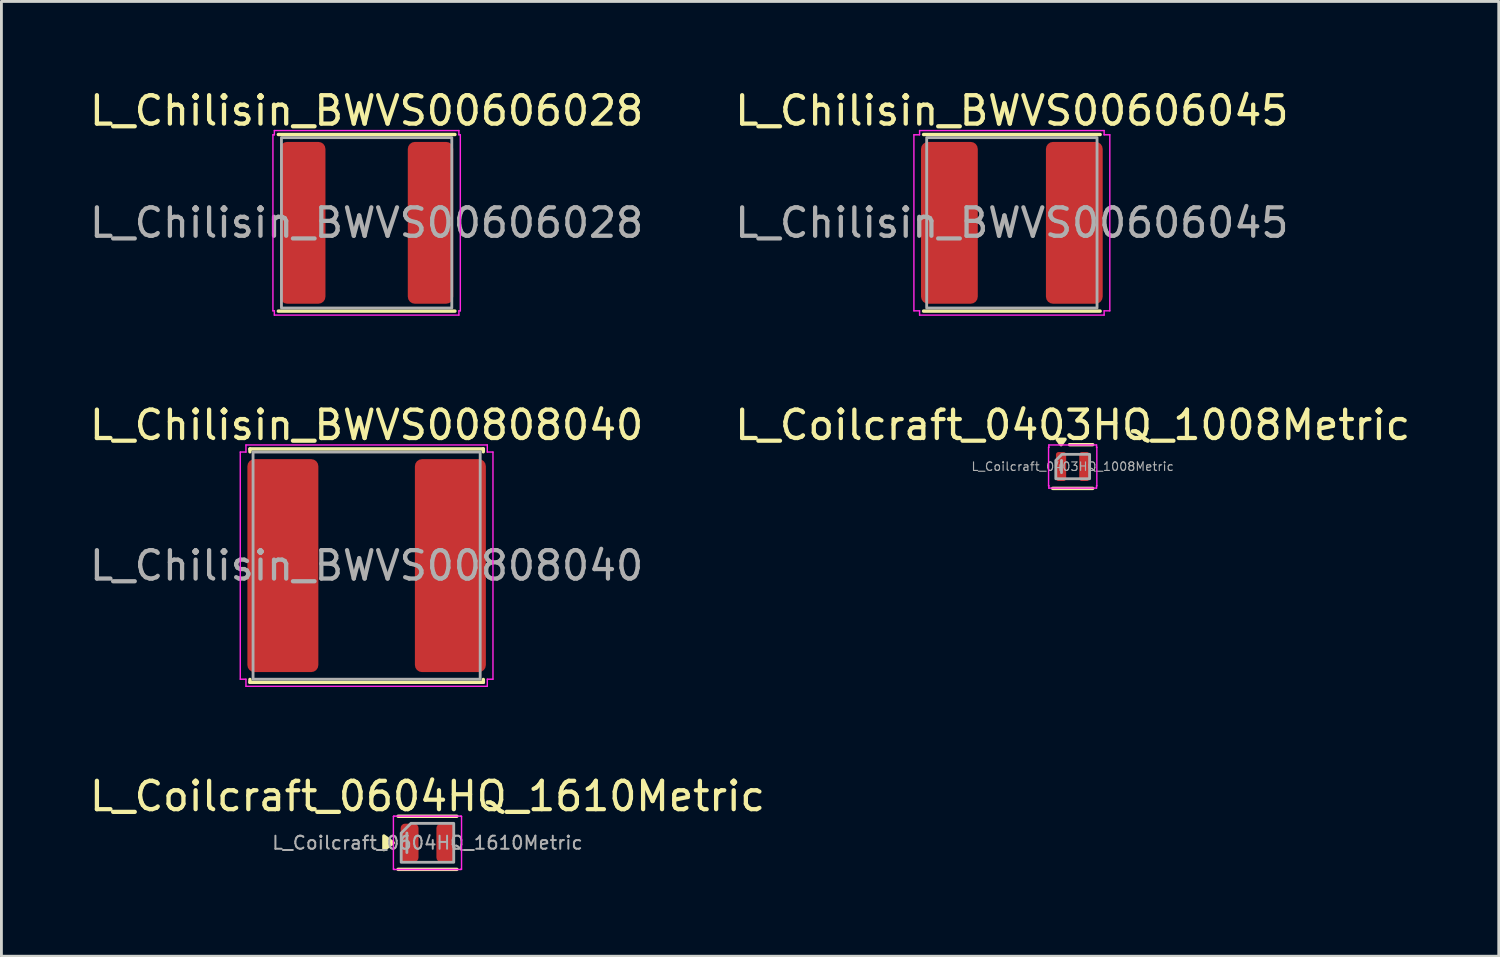
<source format=kicad_pcb>
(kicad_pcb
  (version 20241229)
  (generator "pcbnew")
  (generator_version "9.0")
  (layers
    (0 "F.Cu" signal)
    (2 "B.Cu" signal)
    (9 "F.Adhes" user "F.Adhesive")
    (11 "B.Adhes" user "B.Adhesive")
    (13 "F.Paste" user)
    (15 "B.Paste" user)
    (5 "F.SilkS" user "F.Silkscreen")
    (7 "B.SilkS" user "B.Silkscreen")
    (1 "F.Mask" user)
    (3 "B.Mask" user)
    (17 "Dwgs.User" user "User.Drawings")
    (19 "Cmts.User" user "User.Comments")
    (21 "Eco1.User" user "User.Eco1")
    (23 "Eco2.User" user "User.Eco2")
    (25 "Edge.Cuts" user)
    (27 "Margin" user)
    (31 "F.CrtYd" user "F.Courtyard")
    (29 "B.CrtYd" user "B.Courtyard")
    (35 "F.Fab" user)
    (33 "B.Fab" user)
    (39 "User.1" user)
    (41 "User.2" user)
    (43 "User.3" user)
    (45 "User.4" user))
  (footprint "L_Chilisin_BWVS00808040"
    (layer "F.Cu")
    (at 9.863 16.872)
    (property "Reference" "L_Chilisin_BWVS00808040" (at 0 -4.95 0) (layer "F.SilkS") (effects (font (size 1 1) (thickness 0.15))))
    (attr smd)
    (fp_line (start -4.11 -4.11) (end 4.11 -4.11) (stroke (width 0.12) (type solid)) (layer "F.SilkS"))
    (fp_line (start -4.11 -4.01) (end -4.11 -4.11) (stroke (width 0.12) (type solid)) (layer "F.SilkS"))
    (fp_line (start -4.11 4.11) (end -4.11 4.01) (stroke (width 0.12) (type solid)) (layer "F.SilkS"))
    (fp_line (start 4.11 -4.11) (end 4.11 -4.01) (stroke (width 0.12) (type solid)) (layer "F.SilkS"))
    (fp_line (start 4.11 4.01) (end 4.11 4.11) (stroke (width 0.12) (type solid)) (layer "F.SilkS"))
    (fp_line (start 4.11 4.11) (end -4.11 4.11) (stroke (width 0.12) (type solid)) (layer "F.SilkS"))
    (fp_line (start -4.45 -4) (end -4.25 -4) (stroke (width 0.05) (type solid)) (layer "F.CrtYd"))
    (fp_line (start -4.45 4) (end -4.45 -4) (stroke (width 0.05) (type solid)) (layer "F.CrtYd"))
    (fp_line (start -4.25 -4.25) (end 4.25 -4.25) (stroke (width 0.05) (type solid)) (layer "F.CrtYd"))
    (fp_line (start -4.25 -4) (end -4.25 -4.25) (stroke (width 0.05) (type solid)) (layer "F.CrtYd"))
    (fp_line (start -4.25 4) (end -4.45 4) (stroke (width 0.05) (type solid)) (layer "F.CrtYd"))
    (fp_line (start -4.25 4.25) (end -4.25 4) (stroke (width 0.05) (type solid)) (layer "F.CrtYd"))
    (fp_line (start 4.25 -4.25) (end 4.25 -4) (stroke (width 0.05) (type solid)) (layer "F.CrtYd"))
    (fp_line (start 4.25 -4) (end 4.45 -4) (stroke (width 0.05) (type solid)) (layer "F.CrtYd"))
    (fp_line (start 4.25 4) (end 4.25 4.25) (stroke (width 0.05) (type solid)) (layer "F.CrtYd"))
    (fp_line (start 4.25 4.25) (end -4.25 4.25) (stroke (width 0.05) (type solid)) (layer "F.CrtYd"))
    (fp_line (start 4.45 -4) (end 4.45 4) (stroke (width 0.05) (type solid)) (layer "F.CrtYd"))
    (fp_line (start 4.45 4) (end 4.25 4) (stroke (width 0.05) (type solid)) (layer "F.CrtYd"))
    (fp_rect (start -4 -4) (end 4 4) (stroke (width 0.1) (type solid)) (fill no) (layer "F.Fab"))
    (fp_text user "${REFERENCE}" (at 0 0 0) (layer "F.Fab") (effects (font (size 1 1) (thickness 0.15))))
    (pad "1" smd roundrect (at -2.95 0) (size 2.5 7.5) (layers "F.Cu" "F.Mask" "F.Paste") (roundrect_rratio 0.1))
    (pad "2" smd roundrect (at 2.95 0) (size 2.5 7.5) (layers "F.Cu" "F.Mask" "F.Paste") (roundrect_rratio 0.1)))
  (footprint "L_Chilisin_BWVS00606045"
    (layer "F.Cu")
    (at 32.589 4.798)
    (property "Reference" "L_Chilisin_BWVS00606045" (at 0 -3.95 0) (layer "F.SilkS") (effects (font (size 1 1) (thickness 0.15))))
    (attr smd)
    (fp_line (start -3.11 -3.11) (end 3.11 -3.11) (stroke (width 0.12) (type solid)) (layer "F.SilkS"))
    (fp_line (start 3.11 3.11) (end -3.11 3.11) (stroke (width 0.12) (type solid)) (layer "F.SilkS"))
    (fp_line (start -3.45 -3.1) (end -3.25 -3.1) (stroke (width 0.05) (type solid)) (layer "F.CrtYd"))
    (fp_line (start -3.45 3.1) (end -3.45 -3.1) (stroke (width 0.05) (type solid)) (layer "F.CrtYd"))
    (fp_line (start -3.25 -3.25) (end 3.25 -3.25) (stroke (width 0.05) (type solid)) (layer "F.CrtYd"))
    (fp_line (start -3.25 -3.1) (end -3.25 -3.25) (stroke (width 0.05) (type solid)) (layer "F.CrtYd"))
    (fp_line (start -3.25 3.1) (end -3.45 3.1) (stroke (width 0.05) (type solid)) (layer "F.CrtYd"))
    (fp_line (start -3.25 3.25) (end -3.25 3.1) (stroke (width 0.05) (type solid)) (layer "F.CrtYd"))
    (fp_line (start 3.25 -3.25) (end 3.25 -3.1) (stroke (width 0.05) (type solid)) (layer "F.CrtYd"))
    (fp_line (start 3.25 -3.1) (end 3.45 -3.1) (stroke (width 0.05) (type solid)) (layer "F.CrtYd"))
    (fp_line (start 3.25 3.1) (end 3.25 3.25) (stroke (width 0.05) (type solid)) (layer "F.CrtYd"))
    (fp_line (start 3.25 3.25) (end -3.25 3.25) (stroke (width 0.05) (type solid)) (layer "F.CrtYd"))
    (fp_line (start 3.45 -3.1) (end 3.45 3.1) (stroke (width 0.05) (type solid)) (layer "F.CrtYd"))
    (fp_line (start 3.45 3.1) (end 3.25 3.1) (stroke (width 0.05) (type solid)) (layer "F.CrtYd"))
    (fp_rect (start -3 -3) (end 3 3) (stroke (width 0.1) (type solid)) (fill no) (layer "F.Fab"))
    (fp_text user "${REFERENCE}" (at 0 0 0) (layer "F.Fab") (effects (font (size 1 1) (thickness 0.15))))
    (pad "1" smd roundrect (at -2.2 0) (size 2 5.7) (layers "F.Cu" "F.Mask" "F.Paste") (roundrect_rratio 0.125))
    (pad "2" smd roundrect (at 2.2 0) (size 2 5.7) (layers "F.Cu" "F.Mask" "F.Paste") (roundrect_rratio 0.125)))
  (footprint "L_Coilcraft_0403HQ_1008Metric"
    (layer "F.Cu")
    (at 34.732 13.382)
    (property "Reference" "L_Coilcraft_0403HQ_1008Metric" (at 0 -1.46 0) (layer "F.SilkS") (effects (font (size 1 1) (thickness 0.15))))
    (attr smd)
    (fp_line (start -0.112 -0.77) (end 0.705 -0.77) (stroke (width 0.12) (type solid)) (layer "F.SilkS"))
    (fp_line (start 0.705 0.77) (end -0.705 0.77) (stroke (width 0.12) (type solid)) (layer "F.SilkS"))
    (fp_poly (pts (xy -0.41 -0.77) (xy -0.55 -0.96) (xy -0.27 -0.96)) (stroke (width 0.12) (type solid)) (fill yes) (layer "F.SilkS"))
    (fp_line (start -0.85 -0.68) (end -0.84 -0.68) (stroke (width 0.05) (type solid)) (layer "F.CrtYd"))
    (fp_line (start -0.85 0.68) (end -0.85 -0.68) (stroke (width 0.05) (type solid)) (layer "F.CrtYd"))
    (fp_line (start -0.84 -0.76) (end 0.84 -0.76) (stroke (width 0.05) (type solid)) (layer "F.CrtYd"))
    (fp_line (start -0.84 -0.68) (end -0.84 -0.76) (stroke (width 0.05) (type solid)) (layer "F.CrtYd"))
    (fp_line (start -0.84 0.68) (end -0.85 0.68) (stroke (width 0.05) (type solid)) (layer "F.CrtYd"))
    (fp_line (start -0.84 0.76) (end -0.84 0.68) (stroke (width 0.05) (type solid)) (layer "F.CrtYd"))
    (fp_line (start 0.84 -0.76) (end 0.84 -0.68) (stroke (width 0.05) (type solid)) (layer "F.CrtYd"))
    (fp_line (start 0.84 -0.68) (end 0.85 -0.68) (stroke (width 0.05) (type solid)) (layer "F.CrtYd"))
    (fp_line (start 0.84 0.68) (end 0.84 0.76) (stroke (width 0.05) (type solid)) (layer "F.CrtYd"))
    (fp_line (start 0.84 0.76) (end -0.84 0.76) (stroke (width 0.05) (type solid)) (layer "F.CrtYd"))
    (fp_line (start 0.85 -0.68) (end 0.85 0.68) (stroke (width 0.05) (type solid)) (layer "F.CrtYd"))
    (fp_line (start 0.85 0.68) (end 0.84 0.68) (stroke (width 0.05) (type solid)) (layer "F.CrtYd"))
    (fp_line (start -0.395 0.215) (end -0.395 -0.215) (stroke (width 0.1) (type solid)) (layer "F.Fab"))
    (fp_poly (pts (xy -0.595 -0.215) (xy -0.595 0.43) (xy 0.595 0.43) (xy 0.595 -0.43) (xy -0.38 -0.43)) (stroke (width 0.1) (type solid)) (fill no) (layer "F.Fab"))
    (fp_text user "${REFERENCE}" (at 0 0 0) (layer "F.Fab") (effects (font (size 0.3 0.3) (thickness 0.04))))
    (pad "1" smd roundrect (at -0.41 0) (size 0.36 1.02) (layers "F.Cu" "F.Mask" "F.Paste") (roundrect_rratio 0.25))
    (pad "2" smd roundrect (at 0.41 0) (size 0.36 1.02) (layers "F.Cu" "F.Mask" "F.Paste") (roundrect_rratio 0.25)))
  (footprint "L_Coilcraft_0604HQ_1610Metric"
    (layer "F.Cu")
    (at 12.006 26.635)
    (property "Reference" "L_Coilcraft_0604HQ_1610Metric" (at 0 -1.64 0) (layer "F.SilkS") (effects (font (size 1 1) (thickness 0.15))))
    (attr smd)
    (fp_line (start -1.035 -0.935) (end 1.035 -0.935) (stroke (width 0.12) (type solid)) (layer "F.SilkS"))
    (fp_line (start 1.035 0.935) (end -1.035 0.935) (stroke (width 0.12) (type solid)) (layer "F.SilkS"))
    (fp_poly (pts (xy -1.205 0) (xy -1.535 0.24) (xy -1.535 -0.24)) (stroke (width 0.12) (type solid)) (fill yes) (layer "F.SilkS"))
    (fp_line (start -1.2 -0.93) (end -1.18 -0.93) (stroke (width 0.05) (type solid)) (layer "F.CrtYd"))
    (fp_line (start -1.2 0.93) (end -1.2 -0.93) (stroke (width 0.05) (type solid)) (layer "F.CrtYd"))
    (fp_line (start -1.18 -0.94) (end 1.18 -0.94) (stroke (width 0.05) (type solid)) (layer "F.CrtYd"))
    (fp_line (start -1.18 -0.93) (end -1.18 -0.94) (stroke (width 0.05) (type solid)) (layer "F.CrtYd"))
    (fp_line (start -1.18 0.93) (end -1.2 0.93) (stroke (width 0.05) (type solid)) (layer "F.CrtYd"))
    (fp_line (start -1.18 0.94) (end -1.18 0.93) (stroke (width 0.05) (type solid)) (layer "F.CrtYd"))
    (fp_line (start 1.18 -0.94) (end 1.18 -0.93) (stroke (width 0.05) (type solid)) (layer "F.CrtYd"))
    (fp_line (start 1.18 -0.93) (end 1.2 -0.93) (stroke (width 0.05) (type solid)) (layer "F.CrtYd"))
    (fp_line (start 1.18 0.93) (end 1.18 0.94) (stroke (width 0.05) (type solid)) (layer "F.CrtYd"))
    (fp_line (start 1.18 0.94) (end -1.18 0.94) (stroke (width 0.05) (type solid)) (layer "F.CrtYd"))
    (fp_line (start 1.2 -0.93) (end 1.2 0.93) (stroke (width 0.05) (type solid)) (layer "F.CrtYd"))
    (fp_line (start 1.2 0.93) (end 1.18 0.93) (stroke (width 0.05) (type solid)) (layer "F.CrtYd"))
    (fp_line (start -0.725 0.343) (end -0.725 -0.343) (stroke (width 0.1) (type solid)) (layer "F.Fab"))
    (fp_poly (pts (xy -0.925 -0.343) (xy -0.925 0.685) (xy 0.925 0.685) (xy 0.925 -0.685) (xy -0.583 -0.685)) (stroke (width 0.1) (type solid)) (fill no) (layer "F.Fab"))
    (fp_text user "${REFERENCE}" (at 0 0 0) (layer "F.Fab") (effects (font (size 0.46 0.46) (thickness 0.07))))
    (pad "1" smd roundrect (at -0.63 0) (size 0.63 1.35) (layers "F.Cu" "F.Mask" "F.Paste") (roundrect_rratio 0.25))
    (pad "2" smd roundrect (at 0.63 0) (size 0.63 1.35) (layers "F.Cu" "F.Mask" "F.Paste") (roundrect_rratio 0.25)))
  (footprint "L_Chilisin_BWVS00606028"
    (layer "F.Cu")
    (at 9.863 4.798)
    (property "Reference" "L_Chilisin_BWVS00606028" (at 0 -3.95 0) (layer "F.SilkS") (effects (font (size 1 1) (thickness 0.15))))
    (attr smd)
    (fp_line (start -3.11 -3.11) (end 3.11 -3.11) (stroke (width 0.12) (type solid)) (layer "F.SilkS"))
    (fp_line (start 3.11 3.11) (end -3.11 3.11) (stroke (width 0.12) (type solid)) (layer "F.SilkS"))
    (fp_line (start -3.3 -3.1) (end -3.25 -3.1) (stroke (width 0.05) (type solid)) (layer "F.CrtYd"))
    (fp_line (start -3.3 3.1) (end -3.3 -3.1) (stroke (width 0.05) (type solid)) (layer "F.CrtYd"))
    (fp_line (start -3.25 -3.25) (end 3.25 -3.25) (stroke (width 0.05) (type solid)) (layer "F.CrtYd"))
    (fp_line (start -3.25 -3.1) (end -3.25 -3.25) (stroke (width 0.05) (type solid)) (layer "F.CrtYd"))
    (fp_line (start -3.25 3.1) (end -3.3 3.1) (stroke (width 0.05) (type solid)) (layer "F.CrtYd"))
    (fp_line (start -3.25 3.25) (end -3.25 3.1) (stroke (width 0.05) (type solid)) (layer "F.CrtYd"))
    (fp_line (start 3.25 -3.25) (end 3.25 -3.1) (stroke (width 0.05) (type solid)) (layer "F.CrtYd"))
    (fp_line (start 3.25 -3.1) (end 3.3 -3.1) (stroke (width 0.05) (type solid)) (layer "F.CrtYd"))
    (fp_line (start 3.25 3.1) (end 3.25 3.25) (stroke (width 0.05) (type solid)) (layer "F.CrtYd"))
    (fp_line (start 3.25 3.25) (end -3.25 3.25) (stroke (width 0.05) (type solid)) (layer "F.CrtYd"))
    (fp_line (start 3.3 -3.1) (end 3.3 3.1) (stroke (width 0.05) (type solid)) (layer "F.CrtYd"))
    (fp_line (start 3.3 3.1) (end 3.25 3.1) (stroke (width 0.05) (type solid)) (layer "F.CrtYd"))
    (fp_rect (start -3 -3) (end 3 3) (stroke (width 0.1) (type solid)) (fill no) (layer "F.Fab"))
    (fp_text user "${REFERENCE}" (at 0 0 0) (layer "F.Fab") (effects (font (size 1 1) (thickness 0.15))))
    (pad "1" smd roundrect (at -2.25 0) (size 1.6 5.7) (layers "F.Cu" "F.Mask" "F.Paste") (roundrect_rratio 0.156))
    (pad "2" smd roundrect (at 2.25 0) (size 1.6 5.7) (layers "F.Cu" "F.Mask" "F.Paste") (roundrect_rratio 0.156)))
  (gr_rect
    (start -3 -3)
    (end 49.738 30.63)
    (stroke (width 0.1) (type default))
    (fill no)
    (layer "Edge.Cuts")))
</source>
